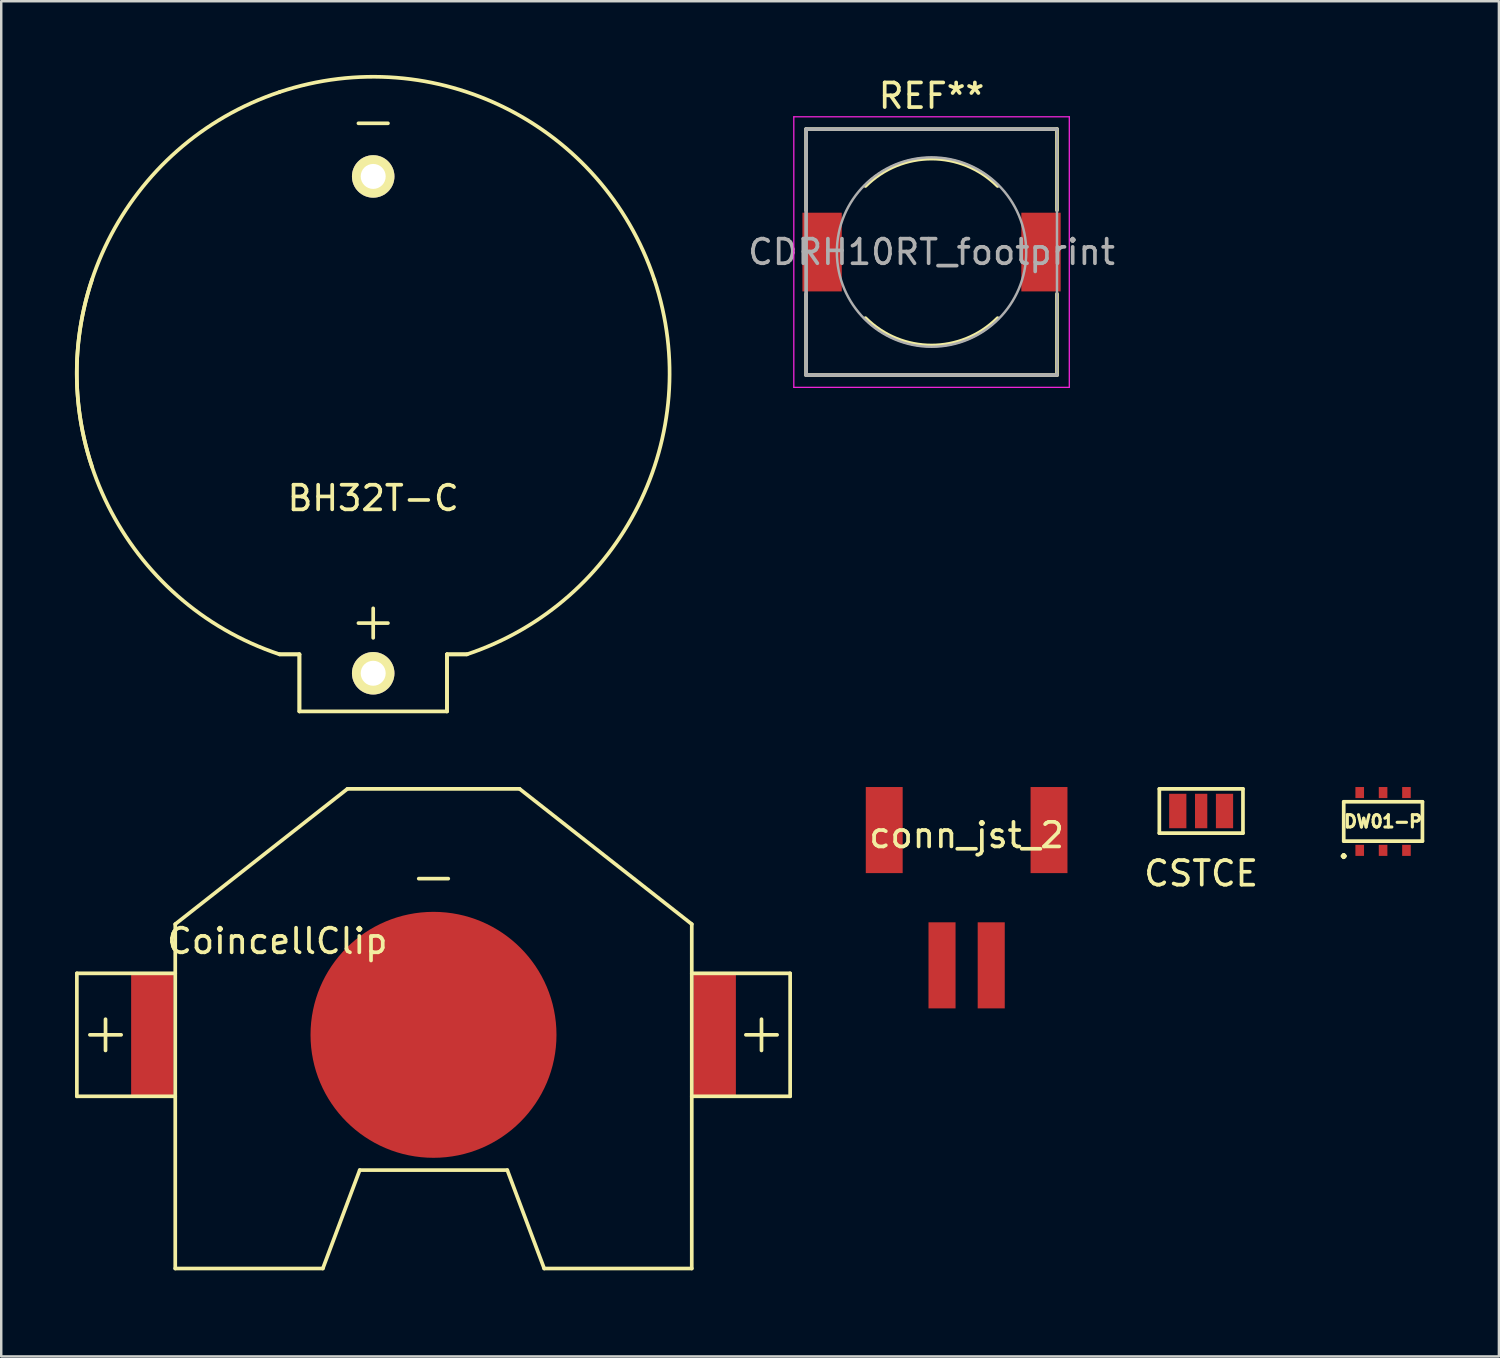
<source format=kicad_pcb>
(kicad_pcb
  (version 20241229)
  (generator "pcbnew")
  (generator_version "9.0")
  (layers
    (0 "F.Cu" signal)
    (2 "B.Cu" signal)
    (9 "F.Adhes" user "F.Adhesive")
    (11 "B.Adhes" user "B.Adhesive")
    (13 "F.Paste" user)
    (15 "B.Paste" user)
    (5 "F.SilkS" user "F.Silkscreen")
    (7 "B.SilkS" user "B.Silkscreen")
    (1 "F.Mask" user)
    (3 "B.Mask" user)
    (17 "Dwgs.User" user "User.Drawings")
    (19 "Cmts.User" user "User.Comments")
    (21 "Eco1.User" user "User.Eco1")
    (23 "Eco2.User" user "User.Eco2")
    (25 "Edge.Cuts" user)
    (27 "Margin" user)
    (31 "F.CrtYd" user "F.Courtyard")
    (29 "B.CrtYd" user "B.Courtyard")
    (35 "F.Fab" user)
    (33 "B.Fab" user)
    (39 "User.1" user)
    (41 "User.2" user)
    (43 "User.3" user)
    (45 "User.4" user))
  (footprint "DW01-P"
    (layer "F.Cu")
    (at 53.182 30.348)
    (property "Reference" "DW01-P" (at 0 0 0) (layer "F.SilkS") (effects (font (size 0.5 0.5) (thickness 0.125))))
    (attr through_hole)
    (fp_line (start -1.6 -0.8) (end -1.6 0.8) (stroke (width 0.15) (type solid)) (layer "F.SilkS"))
    (fp_line (start -1.6 -0.8) (end 1.6 -0.8) (stroke (width 0.15) (type solid)) (layer "F.SilkS"))
    (fp_line (start -1.6 0.8) (end 1.6 0.8) (stroke (width 0.15) (type solid)) (layer "F.SilkS"))
    (fp_line (start 1.6 -0.8) (end 1.6 0.8) (stroke (width 0.15) (type solid)) (layer "F.SilkS"))
    (fp_text user "." (at -1.6 1 0) (layer "F.SilkS") (effects (font (size 1 1) (thickness 0.15))))
    (pad "1" smd rect (at -0.95 1.175) (size 0.35 0.45) (layers "F.Cu" "F.Mask" "F.Paste"))
    (pad "2" smd rect (at 0 1.175) (size 0.35 0.45) (layers "F.Cu" "F.Mask" "F.Paste"))
    (pad "3" smd rect (at 0.95 1.175) (size 0.35 0.45) (layers "F.Cu" "F.Mask" "F.Paste"))
    (pad "4" smd rect (at 0.95 -1.175) (size 0.35 0.45) (layers "F.Cu" "F.Mask" "F.Paste"))
    (pad "5" smd rect (at 0 -1.175) (size 0.35 0.45) (layers "F.Cu" "F.Mask" "F.Paste"))
    (pad "6" smd rect (at -0.95 -1.175) (size 0.35 0.45) (layers "F.Cu" "F.Mask" "F.Paste")))
  (footprint "CoincellClip"
    (layer "F.Cu")
    (at 14.575 39.023)
    (property "Reference" "CoincellClip" (at -6.35 -3.81 0) (layer "F.SilkS") (effects (font (size 1 1) (thickness 0.15))))
    (attr through_hole)
    (fp_line (start -14.5 -2.5) (end -14.5 2.5) (stroke (width 0.15) (type solid)) (layer "F.SilkS"))
    (fp_line (start -13.97 0) (end -12.7 0) (stroke (width 0.15) (type solid)) (layer "F.SilkS"))
    (fp_line (start -13.335 0.635) (end -13.335 -0.635) (stroke (width 0.15) (type solid)) (layer "F.SilkS"))
    (fp_line (start -10.5 -4.5) (end -10.5 9.5) (stroke (width 0.15) (type solid)) (layer "F.SilkS"))
    (fp_line (start -10.5 -2.5) (end -14.5 -2.5) (stroke (width 0.15) (type solid)) (layer "F.SilkS"))
    (fp_line (start -10.5 2.5) (end -14.5 2.5) (stroke (width 0.15) (type solid)) (layer "F.SilkS"))
    (fp_line (start -10.5 9.5) (end -4.5 9.5) (stroke (width 0.15) (type solid)) (layer "F.SilkS"))
    (fp_line (start -4.5 9.5) (end -3 5.5) (stroke (width 0.15) (type solid)) (layer "F.SilkS"))
    (fp_line (start -3.5 -10) (end -10.5 -4.5) (stroke (width 0.15) (type solid)) (layer "F.SilkS"))
    (fp_line (start -3.5 -10) (end 3.5 -10) (stroke (width 0.15) (type solid)) (layer "F.SilkS"))
    (fp_line (start -3 5.5) (end 3 5.5) (stroke (width 0.15) (type solid)) (layer "F.SilkS"))
    (fp_line (start -0.6 -6.35) (end 0.6 -6.35) (stroke (width 0.15) (type solid)) (layer "F.SilkS"))
    (fp_line (start 3.5 -10) (end 10.5 -4.5) (stroke (width 0.15) (type solid)) (layer "F.SilkS"))
    (fp_line (start 4.5 9.5) (end 3 5.5) (stroke (width 0.15) (type solid)) (layer "F.SilkS"))
    (fp_line (start 10.5 -4.5) (end 10.5 9.5) (stroke (width 0.15) (type solid)) (layer "F.SilkS"))
    (fp_line (start 10.5 -2.5) (end 14.5 -2.5) (stroke (width 0.15) (type solid)) (layer "F.SilkS"))
    (fp_line (start 10.5 2.5) (end 14.5 2.5) (stroke (width 0.15) (type solid)) (layer "F.SilkS"))
    (fp_line (start 10.5 9.5) (end 4.5 9.5) (stroke (width 0.15) (type solid)) (layer "F.SilkS"))
    (fp_line (start 12.7 0) (end 13.97 0) (stroke (width 0.15) (type solid)) (layer "F.SilkS"))
    (fp_line (start 13.335 0.635) (end 13.335 -0.635) (stroke (width 0.15) (type solid)) (layer "F.SilkS"))
    (fp_line (start 14.5 -2.5) (end 14.5 2.5) (stroke (width 0.15) (type solid)) (layer "F.SilkS"))
    (fp_circle (center 0 0) (end 10 0) (stroke (width 0.15) (type solid)) (fill no) (layer "Eco1.User"))
    (pad "1" smd rect (at -11.43 0) (size 1.727 5) (layers "F.Cu" "F.Mask" "F.Paste"))
    (pad "1" smd rect (at 11.43 0) (size 1.727 5) (layers "F.Cu" "F.Mask" "F.Paste"))
    (pad "2" smd circle (at 0 0) (size 10 10) (layers "F.Cu" "F.Mask" "F.Paste")))
  (footprint "CDRH10RT_footprint"
    (layer "F.Cu")
    (at 34.824 7.198)
    (property "Reference" "CDRH10RT_footprint" (at 0 0 180) (layer "F.Fab") (effects (font (size 1 1) (thickness 0.15))))
    (attr through_hole)
    (fp_line (start -5.1 -5) (end -5.1 -1.7) (stroke (width 0.15) (type solid)) (layer "F.SilkS"))
    (fp_line (start -5.1 -5) (end 5.1 -5) (stroke (width 0.15) (type solid)) (layer "F.SilkS"))
    (fp_line (start -5.1 1.7) (end -5.1 5) (stroke (width 0.15) (type solid)) (layer "F.SilkS"))
    (fp_line (start 5.1 -5) (end 5.1 -1.7) (stroke (width 0.15) (type solid)) (layer "F.SilkS"))
    (fp_line (start 5.1 1.7) (end 5.1 5) (stroke (width 0.15) (type solid)) (layer "F.SilkS"))
    (fp_line (start 5.1 5) (end -5.1 5) (stroke (width 0.15) (type solid)) (layer "F.SilkS"))
    (fp_arc (start -2.687006 -2.687006) (mid 0 -3.8) (end 2.687006 -2.687006) (stroke (width 0.15) (type solid)) (layer "F.SilkS"))
    (fp_arc (start 2.687006 2.687006) (mid 0 3.8) (end -2.687006 2.687006) (stroke (width 0.15) (type solid)) (layer "F.SilkS"))
    (fp_line (start -5.6 -5.5) (end -5.6 5.5) (stroke (width 0.05) (type solid)) (layer "F.CrtYd"))
    (fp_line (start -5.6 -5.5) (end 5.6 -5.5) (stroke (width 0.05) (type solid)) (layer "F.CrtYd"))
    (fp_line (start -5.6 5.5) (end 5.6 5.5) (stroke (width 0.05) (type solid)) (layer "F.CrtYd"))
    (fp_line (start 5.6 -5.5) (end 5.6 5.5) (stroke (width 0.05) (type solid)) (layer "F.CrtYd"))
    (fp_line (start -5.1 -5) (end 5.1 -5) (stroke (width 0.15) (type solid)) (layer "F.Fab"))
    (fp_line (start -5.1 5) (end -5.1 -5) (stroke (width 0.15) (type solid)) (layer "F.Fab"))
    (fp_line (start 5.1 -5) (end 5.1 5) (stroke (width 0.1) (type solid)) (layer "F.Fab"))
    (fp_line (start 5.1 5) (end -5.1 5) (stroke (width 0.15) (type solid)) (layer "F.Fab"))
    (fp_circle (center 0 0) (end 0 -3.85) (stroke (width 0.1) (type solid)) (fill no) (layer "F.Fab"))
    (fp_text user "REF**" (at 0 -6.35 0) (layer "F.SilkS") (effects (font (size 1 1) (thickness 0.15))))
    (pad "1" smd rect (at -4.45 0 90) (size 3.2 1.6) (layers "F.Cu" "F.Mask" "F.Paste"))
    (pad "2" smd rect (at 4.45 0 90) (size 3.2 1.6) (layers "F.Cu" "F.Mask" "F.Paste")))
  (footprint "conn_jst_2"
    (layer "F.Cu")
    (at 36.25 33.448)
    (property "Reference" "conn_jst_2" (at 0 -2.54 0) (layer "F.SilkS") (effects (font (size 1 1) (thickness 0.15))))
    (attr through_hole)
    (pad "1" smd rect (at -1 2.75) (size 1.1 3.5) (layers "F.Cu" "F.Mask" "F.Paste"))
    (pad "2" smd rect (at 1 2.75) (size 1.1 3.5) (layers "F.Cu" "F.Mask" "F.Paste"))
    (pad "3" smd rect (at -3.35 -2.75) (size 1.5 3.5) (layers "F.Cu" "F.Mask" "F.Paste"))
    (pad "3" smd rect (at 3.35 -2.75) (size 1.5 3.5) (layers "F.Cu" "F.Mask" "F.Paste")))
  (footprint "BH32T-C"
    (layer "F.Cu")
    (at 12.123 12.123)
    (property "Reference" "BH32T-C" (at 0 5.08 0) (layer "F.SilkS") (effects (font (size 1 1) (thickness 0.15))))
    (attr through_hole)
    (fp_line (start -3.81 11.43) (end -3 11.43) (stroke (width 0.15) (type solid)) (layer "F.SilkS"))
    (fp_line (start -3.81 11.43) (end -3 11.43) (stroke (width 0.15) (type solid)) (layer "F.SilkS"))
    (fp_line (start -3 13.75) (end -3 11.43) (stroke (width 0.15) (type solid)) (layer "F.SilkS"))
    (fp_line (start -3 13.75) (end -3 11.43) (stroke (width 0.15) (type solid)) (layer "F.SilkS"))
    (fp_line (start -3 13.75) (end 3 13.75) (stroke (width 0.15) (type solid)) (layer "F.SilkS"))
    (fp_line (start -0.6 -10.16) (end 0.6 -10.16) (stroke (width 0.15) (type solid)) (layer "F.SilkS"))
    (fp_line (start -0.6 10.16) (end 0.6 10.16) (stroke (width 0.15) (type solid)) (layer "F.SilkS"))
    (fp_line (start 0 9.56) (end 0 10.76) (stroke (width 0.15) (type solid)) (layer "F.SilkS"))
    (fp_line (start 3 13.75) (end 3 11.43) (stroke (width 0.15) (type solid)) (layer "F.SilkS"))
    (fp_line (start 3 13.75) (end 3 11.43) (stroke (width 0.15) (type solid)) (layer "F.SilkS"))
    (fp_line (start 3.81 11.43) (end 3 11.43) (stroke (width 0.15) (type solid)) (layer "F.SilkS"))
    (fp_line (start 3.81 11.43) (end 3 11.43) (stroke (width 0.15) (type solid)) (layer "F.SilkS"))
    (fp_arc (start -11.43 3.81) (mid -10.776307 -5.388154) (end -3.81 -11.43) (stroke (width 0.15) (type solid)) (layer "F.SilkS"))
    (fp_arc (start -3.81 -11.43) (mid 5.388154 -10.776307) (end 11.43 -3.81) (stroke (width 0.15) (type solid)) (layer "F.SilkS"))
    (fp_arc (start -3.81 11.43) (mid -10.776307 5.388154) (end -11.43 -3.81) (stroke (width 0.15) (type solid)) (layer "F.SilkS"))
    (fp_arc (start 11.43 -3.81) (mid 10.776307 5.388154) (end 3.81 11.43) (stroke (width 0.15) (type solid)) (layer "F.SilkS"))
    (pad "1" thru_hole circle (at 0 12.2) (size 1.727 1.727) (drill 1.016) (layers "*.Cu" "*.Mask" "F.SilkS"))
    (pad "2" thru_hole circle (at 0 -8) (size 1.727 1.727) (drill 1.016) (layers "*.Cu" "*.Mask" "F.SilkS")))
  (footprint "CSTCE"
    (layer "F.Cu")
    (at 45.785 29.923)
    (property "Reference" "CSTCE" (at 0 2.54 0) (layer "F.SilkS") (effects (font (size 1 1) (thickness 0.15))))
    (attr through_hole)
    (fp_line (start -1.7 -0.9) (end -1.7 0.9) (stroke (width 0.15) (type solid)) (layer "F.SilkS"))
    (fp_line (start -1.7 -0.9) (end 1.7 -0.9) (stroke (width 0.15) (type solid)) (layer "F.SilkS"))
    (fp_line (start -1.7 0.9) (end 1.7 0.9) (stroke (width 0.15) (type solid)) (layer "F.SilkS"))
    (fp_line (start 1.7 -0.9) (end 1.7 0.9) (stroke (width 0.15) (type solid)) (layer "F.SilkS"))
    (pad "1" smd rect (at -0.95 0) (size 0.7 1.4) (layers "F.Cu" "F.Mask" "F.Paste"))
    (pad "2" smd rect (at 0.95 0) (size 0.7 1.4) (layers "F.Cu" "F.Mask" "F.Paste"))
    (pad "3" smd rect (at 0 0) (size 0.5 1.4) (layers "F.Cu" "F.Mask" "F.Paste")))
  (gr_rect
    (start -3 -3)
    (end 57.891 52.098)
    (stroke (width 0.1) (type default))
    (fill no)
    (layer "Edge.Cuts")))
</source>
